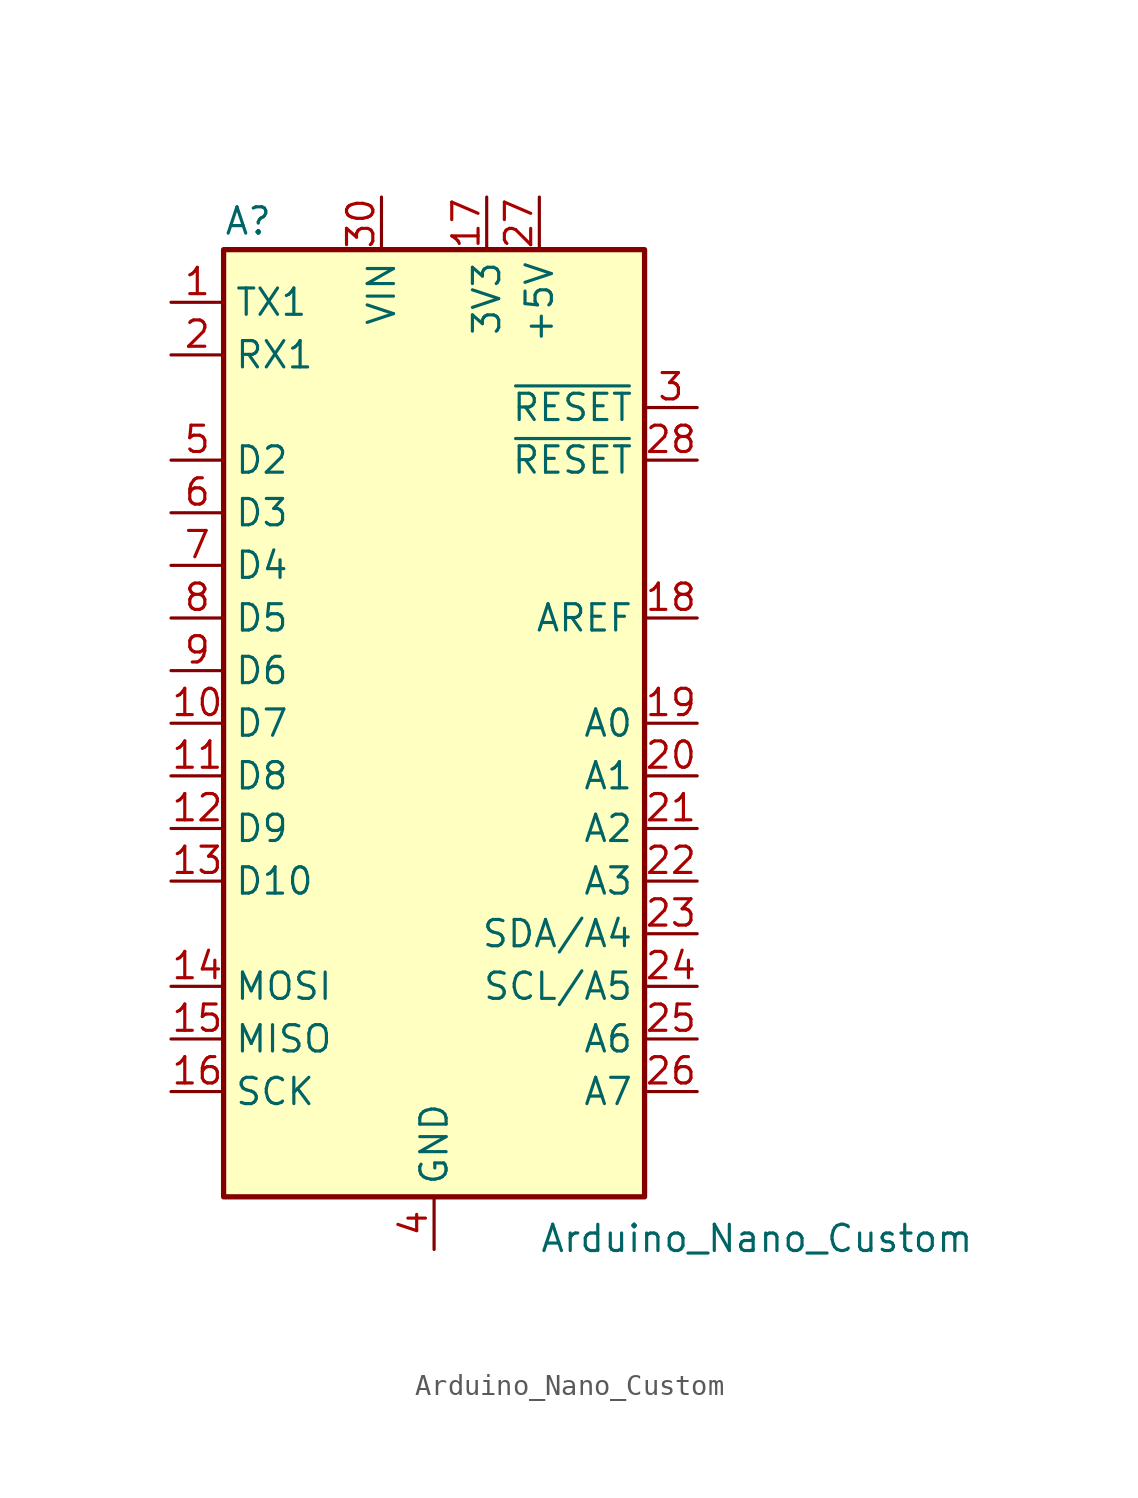
<source format=kicad_sym>
(kicad_symbol_lib
  (version 20241209)
  (generator "kicad_symbol_editor")
  (generator_version "9.0")
  (symbol "Arduino_Nano_Custom"
    (property "Reference" "A"
      (at -10.16 23.495 0)
      (effects (font (size 1.27 1.27)) (justify left bottom)))
    (property "Value" "Arduino_Nano_Custom"
      (at 5.08 -24.13 0)
      (effects (font (size 1.27 1.27)) (justify left top)))
    (symbol "Arduino_Nano_Custom_0_1"
      (rectangle (start -10.16 22.86) (end 10.16 -22.86) (stroke (width 0.254) (type default)) (fill (type background))))
    (symbol "Arduino_Nano_Custom_1_1"
      (pin bidirectional line (at -12.7 20.32 0) (length 2.54) (name "TX1" (effects (font (size 1.27 1.27)))) (number "1" (effects (font (size 1.27 1.27)))))
      (pin bidirectional line (at -12.7 17.78 0) (length 2.54) (name "RX1" (effects (font (size 1.27 1.27)))) (number "2" (effects (font (size 1.27 1.27)))))
      (pin bidirectional line (at -12.7 12.7 0) (length 2.54) (name "D2" (effects (font (size 1.27 1.27)))) (number "5" (effects (font (size 1.27 1.27)))))
      (pin bidirectional line (at -12.7 10.16 0) (length 2.54) (name "D3" (effects (font (size 1.27 1.27)))) (number "6" (effects (font (size 1.27 1.27)))))
      (pin bidirectional line (at -12.7 7.62 0) (length 2.54) (name "D4" (effects (font (size 1.27 1.27)))) (number "7" (effects (font (size 1.27 1.27)))))
      (pin bidirectional line (at -12.7 5.08 0) (length 2.54) (name "D5" (effects (font (size 1.27 1.27)))) (number "8" (effects (font (size 1.27 1.27)))))
      (pin bidirectional line (at -12.7 2.54 0) (length 2.54) (name "D6" (effects (font (size 1.27 1.27)))) (number "9" (effects (font (size 1.27 1.27)))))
      (pin bidirectional line (at -12.7 0 0) (length 2.54) (name "D7" (effects (font (size 1.27 1.27)))) (number "10" (effects (font (size 1.27 1.27)))))
      (pin bidirectional line (at -12.7 -2.54 0) (length 2.54) (name "D8" (effects (font (size 1.27 1.27)))) (number "11" (effects (font (size 1.27 1.27)))))
      (pin bidirectional line (at -12.7 -5.08 0) (length 2.54) (name "D9" (effects (font (size 1.27 1.27)))) (number "12" (effects (font (size 1.27 1.27)))))
      (pin bidirectional line (at -12.7 -7.62 0) (length 2.54) (name "D10" (effects (font (size 1.27 1.27)))) (number "13" (effects (font (size 1.27 1.27)))))
      (pin bidirectional line (at -12.7 -12.7 0) (length 2.54) (name "MOSI" (effects (font (size 1.27 1.27)))) (number "14" (effects (font (size 1.27 1.27)))))
      (pin bidirectional line (at -12.7 -15.24 0) (length 2.54) (name "MISO" (effects (font (size 1.27 1.27)))) (number "15" (effects (font (size 1.27 1.27)))))
      (pin bidirectional line (at -12.7 -17.78 0) (length 2.54) (name "SCK" (effects (font (size 1.27 1.27)))) (number "16" (effects (font (size 1.27 1.27)))))
      (pin power_in line (at -2.54 25.4 270) (length 2.54) (name "VIN" (effects (font (size 1.27 1.27)))) (number "30" (effects (font (size 1.27 1.27)))))
      (pin passive line (at 0 -25.4 90) (length 2.54) (hide yes) (name "GND" (effects (font (size 1.27 1.27)))) (number "29" (effects (font (size 1.27 1.27)))))
      (pin power_in line (at 0 -25.4 90) (length 2.54) (name "GND" (effects (font (size 1.27 1.27)))) (number "4" (effects (font (size 1.27 1.27)))))
      (pin power_out line (at 2.54 25.4 270) (length 2.54) (name "3V3" (effects (font (size 1.27 1.27)))) (number "17" (effects (font (size 1.27 1.27)))))
      (pin power_out line (at 5.08 25.4 270) (length 2.54) (name "+5V" (effects (font (size 1.27 1.27)))) (number "27" (effects (font (size 1.27 1.27)))))
      (pin input line (at 12.7 15.24 180) (length 2.54) (name "~{RESET}" (effects (font (size 1.27 1.27)))) (number "3" (effects (font (size 1.27 1.27)))))
      (pin input line (at 12.7 12.7 180) (length 2.54) (name "~{RESET}" (effects (font (size 1.27 1.27)))) (number "28" (effects (font (size 1.27 1.27)))))
      (pin input line (at 12.7 5.08 180) (length 2.54) (name "AREF" (effects (font (size 1.27 1.27)))) (number "18" (effects (font (size 1.27 1.27)))))
      (pin bidirectional line (at 12.7 0 180) (length 2.54) (name "A0" (effects (font (size 1.27 1.27)))) (number "19" (effects (font (size 1.27 1.27)))))
      (pin bidirectional line (at 12.7 -2.54 180) (length 2.54) (name "A1" (effects (font (size 1.27 1.27)))) (number "20" (effects (font (size 1.27 1.27)))))
      (pin bidirectional line (at 12.7 -5.08 180) (length 2.54) (name "A2" (effects (font (size 1.27 1.27)))) (number "21" (effects (font (size 1.27 1.27)))))
      (pin bidirectional line (at 12.7 -7.62 180) (length 2.54) (name "A3" (effects (font (size 1.27 1.27)))) (number "22" (effects (font (size 1.27 1.27)))))
      (pin bidirectional line (at 12.7 -10.16 180) (length 2.54) (name "SDA/A4" (effects (font (size 1.27 1.27)))) (number "23" (effects (font (size 1.27 1.27)))))
      (pin bidirectional line (at 12.7 -12.7 180) (length 2.54) (name "SCL/A5" (effects (font (size 1.27 1.27)))) (number "24" (effects (font (size 1.27 1.27)))))
      (pin bidirectional line (at 12.7 -15.24 180) (length 2.54) (name "A6" (effects (font (size 1.27 1.27)))) (number "25" (effects (font (size 1.27 1.27)))))
      (pin bidirectional line (at 12.7 -17.78 180) (length 2.54) (name "A7" (effects (font (size 1.27 1.27)))) (number "26" (effects (font (size 1.27 1.27))))))))
</source>
